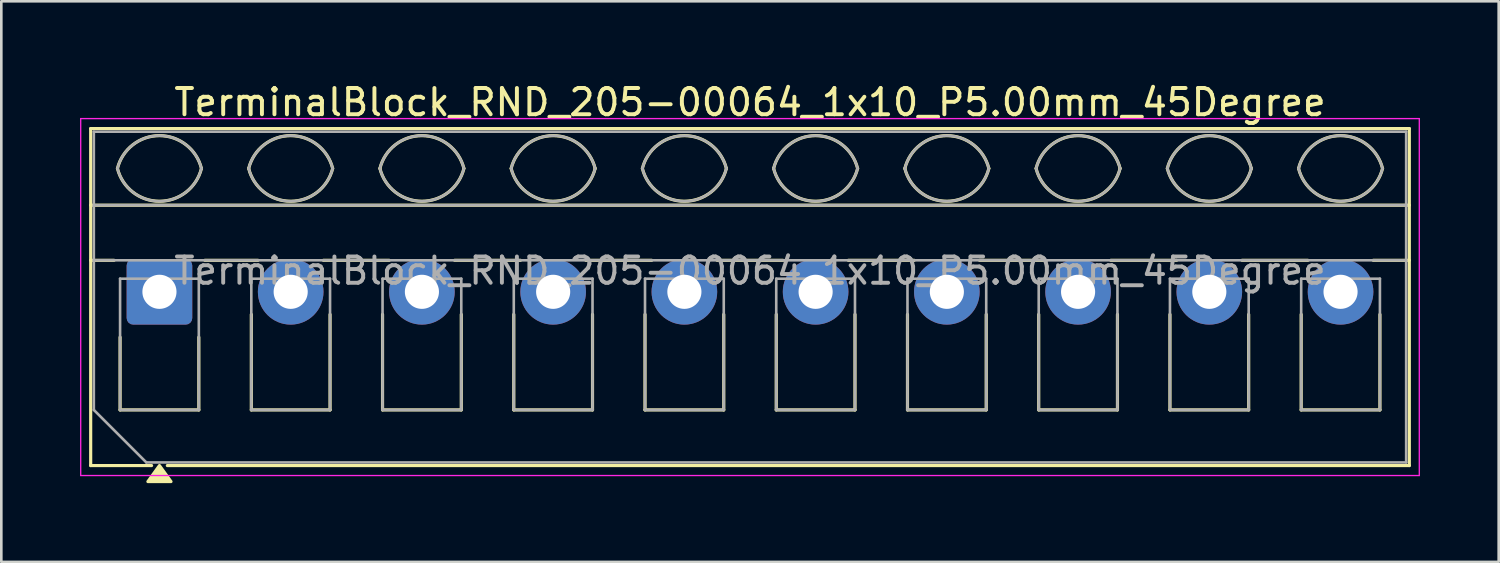
<source format=kicad_pcb>
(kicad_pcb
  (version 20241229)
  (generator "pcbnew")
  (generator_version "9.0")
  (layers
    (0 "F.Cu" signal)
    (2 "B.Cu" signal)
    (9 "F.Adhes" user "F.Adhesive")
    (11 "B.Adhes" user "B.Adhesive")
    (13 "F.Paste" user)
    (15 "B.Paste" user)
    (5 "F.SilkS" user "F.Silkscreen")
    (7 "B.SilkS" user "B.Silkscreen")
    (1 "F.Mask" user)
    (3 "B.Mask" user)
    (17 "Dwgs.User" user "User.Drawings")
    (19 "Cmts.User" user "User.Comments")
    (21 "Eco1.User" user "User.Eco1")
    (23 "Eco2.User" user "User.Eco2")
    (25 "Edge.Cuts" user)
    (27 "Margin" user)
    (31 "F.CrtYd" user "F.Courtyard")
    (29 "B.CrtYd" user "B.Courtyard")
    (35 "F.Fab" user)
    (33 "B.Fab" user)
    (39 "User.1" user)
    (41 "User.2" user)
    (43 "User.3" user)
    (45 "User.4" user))
  (footprint "TerminalBlock_RND_205-00064_1x10_P5.00mm_45Degree"
    (layer "F.Cu")
    (at 3.025 8.068)
    (property "Reference" "TerminalBlock_RND_205-00064_1x10_P5.00mm_45Degree" (at 22.5 -7.22 0) (layer "F.SilkS") (effects (font (size 1 1) (thickness 0.15))))
    (attr through_hole)
    (fp_line (start -2.62 -6.22) (end -2.62 6.62) (stroke (width 0.12) (type solid)) (layer "F.SilkS"))
    (fp_line (start -2.62 -6.22) (end 47.62 -6.22) (stroke (width 0.12) (type solid)) (layer "F.SilkS"))
    (fp_line (start -2.62 -3.3) (end 47.62 -3.3) (stroke (width 0.12) (type solid)) (layer "F.SilkS"))
    (fp_line (start -2.62 -1.2) (end -1.73 -1.2) (stroke (width 0.12) (type solid)) (layer "F.SilkS"))
    (fp_line (start -2.62 6.62) (end -0.3 6.62) (stroke (width 0.12) (type solid)) (layer "F.SilkS"))
    (fp_line (start -1.5 1.73) (end -1.5 4.5) (stroke (width 0.12) (type solid)) (layer "F.SilkS"))
    (fp_line (start -1.5 4.5) (end 1.5 4.5) (stroke (width 0.12) (type solid)) (layer "F.SilkS"))
    (fp_line (start 0.3 6.62) (end 47.62 6.62) (stroke (width 0.12) (type solid)) (layer "F.SilkS"))
    (fp_line (start 1.5 1.73) (end 1.5 4.5) (stroke (width 0.12) (type solid)) (layer "F.SilkS"))
    (fp_line (start 1.73 -1.2) (end 3.754 -1.2) (stroke (width 0.12) (type solid)) (layer "F.SilkS"))
    (fp_line (start 3.5 0.862) (end 3.5 4.5) (stroke (width 0.12) (type solid)) (layer "F.SilkS"))
    (fp_line (start 3.5 4.5) (end 6.5 4.5) (stroke (width 0.12) (type solid)) (layer "F.SilkS"))
    (fp_line (start 6.246 -1.2) (end 8.754 -1.2) (stroke (width 0.12) (type solid)) (layer "F.SilkS"))
    (fp_line (start 6.5 0.862) (end 6.5 4.5) (stroke (width 0.12) (type solid)) (layer "F.SilkS"))
    (fp_line (start 8.5 0.862) (end 8.5 4.5) (stroke (width 0.12) (type solid)) (layer "F.SilkS"))
    (fp_line (start 8.5 4.5) (end 11.5 4.5) (stroke (width 0.12) (type solid)) (layer "F.SilkS"))
    (fp_line (start 11.246 -1.2) (end 13.754 -1.2) (stroke (width 0.12) (type solid)) (layer "F.SilkS"))
    (fp_line (start 11.5 0.862) (end 11.5 4.5) (stroke (width 0.12) (type solid)) (layer "F.SilkS"))
    (fp_line (start 13.5 0.862) (end 13.5 4.5) (stroke (width 0.12) (type solid)) (layer "F.SilkS"))
    (fp_line (start 13.5 4.5) (end 16.5 4.5) (stroke (width 0.12) (type solid)) (layer "F.SilkS"))
    (fp_line (start 16.246 -1.2) (end 18.754 -1.2) (stroke (width 0.12) (type solid)) (layer "F.SilkS"))
    (fp_line (start 16.5 0.862) (end 16.5 4.5) (stroke (width 0.12) (type solid)) (layer "F.SilkS"))
    (fp_line (start 18.5 0.862) (end 18.5 4.5) (stroke (width 0.12) (type solid)) (layer "F.SilkS"))
    (fp_line (start 18.5 4.5) (end 21.5 4.5) (stroke (width 0.12) (type solid)) (layer "F.SilkS"))
    (fp_line (start 21.246 -1.2) (end 23.754 -1.2) (stroke (width 0.12) (type solid)) (layer "F.SilkS"))
    (fp_line (start 21.5 0.862) (end 21.5 4.5) (stroke (width 0.12) (type solid)) (layer "F.SilkS"))
    (fp_line (start 23.5 0.862) (end 23.5 4.5) (stroke (width 0.12) (type solid)) (layer "F.SilkS"))
    (fp_line (start 23.5 4.5) (end 26.5 4.5) (stroke (width 0.12) (type solid)) (layer "F.SilkS"))
    (fp_line (start 26.246 -1.2) (end 28.754 -1.2) (stroke (width 0.12) (type solid)) (layer "F.SilkS"))
    (fp_line (start 26.5 0.862) (end 26.5 4.5) (stroke (width 0.12) (type solid)) (layer "F.SilkS"))
    (fp_line (start 28.5 0.862) (end 28.5 4.5) (stroke (width 0.12) (type solid)) (layer "F.SilkS"))
    (fp_line (start 28.5 4.5) (end 31.5 4.5) (stroke (width 0.12) (type solid)) (layer "F.SilkS"))
    (fp_line (start 31.246 -1.2) (end 33.754 -1.2) (stroke (width 0.12) (type solid)) (layer "F.SilkS"))
    (fp_line (start 31.5 0.862) (end 31.5 4.5) (stroke (width 0.12) (type solid)) (layer "F.SilkS"))
    (fp_line (start 33.5 0.862) (end 33.5 4.5) (stroke (width 0.12) (type solid)) (layer "F.SilkS"))
    (fp_line (start 33.5 4.5) (end 36.5 4.5) (stroke (width 0.12) (type solid)) (layer "F.SilkS"))
    (fp_line (start 36.246 -1.2) (end 38.754 -1.2) (stroke (width 0.12) (type solid)) (layer "F.SilkS"))
    (fp_line (start 36.5 0.862) (end 36.5 4.5) (stroke (width 0.12) (type solid)) (layer "F.SilkS"))
    (fp_line (start 38.5 0.862) (end 38.5 4.5) (stroke (width 0.12) (type solid)) (layer "F.SilkS"))
    (fp_line (start 38.5 4.5) (end 41.5 4.5) (stroke (width 0.12) (type solid)) (layer "F.SilkS"))
    (fp_line (start 41.246 -1.2) (end 43.754 -1.2) (stroke (width 0.12) (type solid)) (layer "F.SilkS"))
    (fp_line (start 41.5 0.862) (end 41.5 4.5) (stroke (width 0.12) (type solid)) (layer "F.SilkS"))
    (fp_line (start 43.5 0.862) (end 43.5 4.5) (stroke (width 0.12) (type solid)) (layer "F.SilkS"))
    (fp_line (start 43.5 4.5) (end 46.5 4.5) (stroke (width 0.12) (type solid)) (layer "F.SilkS"))
    (fp_line (start 46.246 -1.2) (end 47.62 -1.2) (stroke (width 0.12) (type solid)) (layer "F.SilkS"))
    (fp_line (start 46.5 0.862) (end 46.5 4.5) (stroke (width 0.12) (type solid)) (layer "F.SilkS"))
    (fp_line (start 47.62 -6.22) (end 47.62 6.62) (stroke (width 0.12) (type solid)) (layer "F.SilkS"))
    (fp_arc (start -1.6 -4.7) (mid 0 -5.95) (end 1.6 -4.7) (stroke (width 0.12) (type solid)) (layer "F.SilkS"))
    (fp_arc (start 1.6 -4.7) (mid 0 -3.45) (end -1.6 -4.7) (stroke (width 0.12) (type solid)) (layer "F.SilkS"))
    (fp_arc (start 3.4 -4.7) (mid 5 -5.95) (end 6.6 -4.7) (stroke (width 0.12) (type solid)) (layer "F.SilkS"))
    (fp_arc (start 6.6 -4.7) (mid 5 -3.45) (end 3.4 -4.7) (stroke (width 0.12) (type solid)) (layer "F.SilkS"))
    (fp_arc (start 8.4 -4.7) (mid 10 -5.95) (end 11.6 -4.7) (stroke (width 0.12) (type solid)) (layer "F.SilkS"))
    (fp_arc (start 11.6 -4.7) (mid 10 -3.45) (end 8.4 -4.7) (stroke (width 0.12) (type solid)) (layer "F.SilkS"))
    (fp_arc (start 13.4 -4.7) (mid 15 -5.95) (end 16.6 -4.7) (stroke (width 0.12) (type solid)) (layer "F.SilkS"))
    (fp_arc (start 16.6 -4.7) (mid 15 -3.45) (end 13.4 -4.7) (stroke (width 0.12) (type solid)) (layer "F.SilkS"))
    (fp_arc (start 18.4 -4.7) (mid 20 -5.95) (end 21.6 -4.7) (stroke (width 0.12) (type solid)) (layer "F.SilkS"))
    (fp_arc (start 21.6 -4.7) (mid 20 -3.45) (end 18.4 -4.7) (stroke (width 0.12) (type solid)) (layer "F.SilkS"))
    (fp_arc (start 23.4 -4.7) (mid 25 -5.95) (end 26.6 -4.7) (stroke (width 0.12) (type solid)) (layer "F.SilkS"))
    (fp_arc (start 26.6 -4.7) (mid 25 -3.45) (end 23.4 -4.7) (stroke (width 0.12) (type solid)) (layer "F.SilkS"))
    (fp_arc (start 28.4 -4.7) (mid 30 -5.95) (end 31.6 -4.7) (stroke (width 0.12) (type solid)) (layer "F.SilkS"))
    (fp_arc (start 31.6 -4.7) (mid 30 -3.45) (end 28.4 -4.7) (stroke (width 0.12) (type solid)) (layer "F.SilkS"))
    (fp_arc (start 33.4 -4.7) (mid 35 -5.95) (end 36.6 -4.7) (stroke (width 0.12) (type solid)) (layer "F.SilkS"))
    (fp_arc (start 36.6 -4.7) (mid 35 -3.45) (end 33.4 -4.7) (stroke (width 0.12) (type solid)) (layer "F.SilkS"))
    (fp_arc (start 38.4 -4.7) (mid 40 -5.95) (end 41.6 -4.7) (stroke (width 0.12) (type solid)) (layer "F.SilkS"))
    (fp_arc (start 41.6 -4.7) (mid 40 -3.45) (end 38.4 -4.7) (stroke (width 0.12) (type solid)) (layer "F.SilkS"))
    (fp_arc (start 43.4 -4.7) (mid 45 -5.95) (end 46.6 -4.7) (stroke (width 0.12) (type solid)) (layer "F.SilkS"))
    (fp_arc (start 46.6 -4.7) (mid 45 -3.45) (end 43.4 -4.7) (stroke (width 0.12) (type solid)) (layer "F.SilkS"))
    (fp_poly (pts (xy 0 6.62) (xy 0.44 7.23) (xy -0.44 7.23)) (stroke (width 0.12) (type solid)) (fill yes) (layer "F.SilkS"))
    (fp_line (start -3 -6.6) (end -3 7) (stroke (width 0.05) (type solid)) (layer "F.CrtYd"))
    (fp_line (start -3 7) (end 48 7) (stroke (width 0.05) (type solid)) (layer "F.CrtYd"))
    (fp_line (start 48 -6.6) (end -3 -6.6) (stroke (width 0.05) (type solid)) (layer "F.CrtYd"))
    (fp_line (start 48 7) (end 48 -6.6) (stroke (width 0.05) (type solid)) (layer "F.CrtYd"))
    (fp_line (start -2.5 -6.1) (end 47.5 -6.1) (stroke (width 0.1) (type solid)) (layer "F.Fab"))
    (fp_line (start -2.5 -3.3) (end 47.5 -3.3) (stroke (width 0.1) (type solid)) (layer "F.Fab"))
    (fp_line (start -2.5 -1.2) (end 47.5 -1.2) (stroke (width 0.1) (type solid)) (layer "F.Fab"))
    (fp_line (start -2.5 4.5) (end -2.5 -6.1) (stroke (width 0.1) (type solid)) (layer "F.Fab"))
    (fp_line (start -1.5 -0.5) (end -1.5 4.5) (stroke (width 0.1) (type solid)) (layer "F.Fab"))
    (fp_line (start -1.5 4.5) (end 1.5 4.5) (stroke (width 0.1) (type solid)) (layer "F.Fab"))
    (fp_line (start -0.5 6.5) (end -2.5 4.5) (stroke (width 0.1) (type solid)) (layer "F.Fab"))
    (fp_line (start 1.5 -0.5) (end -1.5 -0.5) (stroke (width 0.1) (type solid)) (layer "F.Fab"))
    (fp_line (start 1.5 4.5) (end 1.5 -0.5) (stroke (width 0.1) (type solid)) (layer "F.Fab"))
    (fp_line (start 3.5 -0.5) (end 3.5 4.5) (stroke (width 0.1) (type solid)) (layer "F.Fab"))
    (fp_line (start 3.5 4.5) (end 6.5 4.5) (stroke (width 0.1) (type solid)) (layer "F.Fab"))
    (fp_line (start 6.5 -0.5) (end 3.5 -0.5) (stroke (width 0.1) (type solid)) (layer "F.Fab"))
    (fp_line (start 6.5 4.5) (end 6.5 -0.5) (stroke (width 0.1) (type solid)) (layer "F.Fab"))
    (fp_line (start 8.5 -0.5) (end 8.5 4.5) (stroke (width 0.1) (type solid)) (layer "F.Fab"))
    (fp_line (start 8.5 4.5) (end 11.5 4.5) (stroke (width 0.1) (type solid)) (layer "F.Fab"))
    (fp_line (start 11.5 -0.5) (end 8.5 -0.5) (stroke (width 0.1) (type solid)) (layer "F.Fab"))
    (fp_line (start 11.5 4.5) (end 11.5 -0.5) (stroke (width 0.1) (type solid)) (layer "F.Fab"))
    (fp_line (start 13.5 -0.5) (end 13.5 4.5) (stroke (width 0.1) (type solid)) (layer "F.Fab"))
    (fp_line (start 13.5 4.5) (end 16.5 4.5) (stroke (width 0.1) (type solid)) (layer "F.Fab"))
    (fp_line (start 16.5 -0.5) (end 13.5 -0.5) (stroke (width 0.1) (type solid)) (layer "F.Fab"))
    (fp_line (start 16.5 4.5) (end 16.5 -0.5) (stroke (width 0.1) (type solid)) (layer "F.Fab"))
    (fp_line (start 18.5 -0.5) (end 18.5 4.5) (stroke (width 0.1) (type solid)) (layer "F.Fab"))
    (fp_line (start 18.5 4.5) (end 21.5 4.5) (stroke (width 0.1) (type solid)) (layer "F.Fab"))
    (fp_line (start 21.5 -0.5) (end 18.5 -0.5) (stroke (width 0.1) (type solid)) (layer "F.Fab"))
    (fp_line (start 21.5 4.5) (end 21.5 -0.5) (stroke (width 0.1) (type solid)) (layer "F.Fab"))
    (fp_line (start 23.5 -0.5) (end 23.5 4.5) (stroke (width 0.1) (type solid)) (layer "F.Fab"))
    (fp_line (start 23.5 4.5) (end 26.5 4.5) (stroke (width 0.1) (type solid)) (layer "F.Fab"))
    (fp_line (start 26.5 -0.5) (end 23.5 -0.5) (stroke (width 0.1) (type solid)) (layer "F.Fab"))
    (fp_line (start 26.5 4.5) (end 26.5 -0.5) (stroke (width 0.1) (type solid)) (layer "F.Fab"))
    (fp_line (start 28.5 -0.5) (end 28.5 4.5) (stroke (width 0.1) (type solid)) (layer "F.Fab"))
    (fp_line (start 28.5 4.5) (end 31.5 4.5) (stroke (width 0.1) (type solid)) (layer "F.Fab"))
    (fp_line (start 31.5 -0.5) (end 28.5 -0.5) (stroke (width 0.1) (type solid)) (layer "F.Fab"))
    (fp_line (start 31.5 4.5) (end 31.5 -0.5) (stroke (width 0.1) (type solid)) (layer "F.Fab"))
    (fp_line (start 33.5 -0.5) (end 33.5 4.5) (stroke (width 0.1) (type solid)) (layer "F.Fab"))
    (fp_line (start 33.5 4.5) (end 36.5 4.5) (stroke (width 0.1) (type solid)) (layer "F.Fab"))
    (fp_line (start 36.5 -0.5) (end 33.5 -0.5) (stroke (width 0.1) (type solid)) (layer "F.Fab"))
    (fp_line (start 36.5 4.5) (end 36.5 -0.5) (stroke (width 0.1) (type solid)) (layer "F.Fab"))
    (fp_line (start 38.5 -0.5) (end 38.5 4.5) (stroke (width 0.1) (type solid)) (layer "F.Fab"))
    (fp_line (start 38.5 4.5) (end 41.5 4.5) (stroke (width 0.1) (type solid)) (layer "F.Fab"))
    (fp_line (start 41.5 -0.5) (end 38.5 -0.5) (stroke (width 0.1) (type solid)) (layer "F.Fab"))
    (fp_line (start 41.5 4.5) (end 41.5 -0.5) (stroke (width 0.1) (type solid)) (layer "F.Fab"))
    (fp_line (start 43.5 -0.5) (end 43.5 4.5) (stroke (width 0.1) (type solid)) (layer "F.Fab"))
    (fp_line (start 43.5 4.5) (end 46.5 4.5) (stroke (width 0.1) (type solid)) (layer "F.Fab"))
    (fp_line (start 46.5 -0.5) (end 43.5 -0.5) (stroke (width 0.1) (type solid)) (layer "F.Fab"))
    (fp_line (start 46.5 4.5) (end 46.5 -0.5) (stroke (width 0.1) (type solid)) (layer "F.Fab"))
    (fp_line (start 47.5 -6.1) (end 47.5 6.5) (stroke (width 0.1) (type solid)) (layer "F.Fab"))
    (fp_line (start 47.5 6.5) (end -0.5 6.5) (stroke (width 0.1) (type solid)) (layer "F.Fab"))
    (fp_arc (start -1.6 -4.7) (mid 0 -5.95) (end 1.6 -4.7) (stroke (width 0.1) (type solid)) (layer "F.Fab"))
    (fp_arc (start 1.6 -4.7) (mid 0 -3.45) (end -1.6 -4.7) (stroke (width 0.1) (type solid)) (layer "F.Fab"))
    (fp_arc (start 3.4 -4.7) (mid 5 -5.95) (end 6.6 -4.7) (stroke (width 0.1) (type solid)) (layer "F.Fab"))
    (fp_arc (start 6.6 -4.7) (mid 5 -3.45) (end 3.4 -4.7) (stroke (width 0.1) (type solid)) (layer "F.Fab"))
    (fp_arc (start 8.4 -4.7) (mid 10 -5.95) (end 11.6 -4.7) (stroke (width 0.1) (type solid)) (layer "F.Fab"))
    (fp_arc (start 11.6 -4.7) (mid 10 -3.45) (end 8.4 -4.7) (stroke (width 0.1) (type solid)) (layer "F.Fab"))
    (fp_arc (start 13.4 -4.7) (mid 15 -5.95) (end 16.6 -4.7) (stroke (width 0.1) (type solid)) (layer "F.Fab"))
    (fp_arc (start 16.6 -4.7) (mid 15 -3.45) (end 13.4 -4.7) (stroke (width 0.1) (type solid)) (layer "F.Fab"))
    (fp_arc (start 18.4 -4.7) (mid 20 -5.95) (end 21.6 -4.7) (stroke (width 0.1) (type solid)) (layer "F.Fab"))
    (fp_arc (start 21.6 -4.7) (mid 20 -3.45) (end 18.4 -4.7) (stroke (width 0.1) (type solid)) (layer "F.Fab"))
    (fp_arc (start 23.4 -4.7) (mid 25 -5.95) (end 26.6 -4.7) (stroke (width 0.1) (type solid)) (layer "F.Fab"))
    (fp_arc (start 26.6 -4.7) (mid 25 -3.45) (end 23.4 -4.7) (stroke (width 0.1) (type solid)) (layer "F.Fab"))
    (fp_arc (start 28.4 -4.7) (mid 30 -5.95) (end 31.6 -4.7) (stroke (width 0.1) (type solid)) (layer "F.Fab"))
    (fp_arc (start 31.6 -4.7) (mid 30 -3.45) (end 28.4 -4.7) (stroke (width 0.1) (type solid)) (layer "F.Fab"))
    (fp_arc (start 33.4 -4.7) (mid 35 -5.95) (end 36.6 -4.7) (stroke (width 0.1) (type solid)) (layer "F.Fab"))
    (fp_arc (start 36.6 -4.7) (mid 35 -3.45) (end 33.4 -4.7) (stroke (width 0.1) (type solid)) (layer "F.Fab"))
    (fp_arc (start 38.4 -4.7) (mid 40 -5.95) (end 41.6 -4.7) (stroke (width 0.1) (type solid)) (layer "F.Fab"))
    (fp_arc (start 41.6 -4.7) (mid 40 -3.45) (end 38.4 -4.7) (stroke (width 0.1) (type solid)) (layer "F.Fab"))
    (fp_arc (start 43.4 -4.7) (mid 45 -5.95) (end 46.6 -4.7) (stroke (width 0.1) (type solid)) (layer "F.Fab"))
    (fp_arc (start 46.6 -4.7) (mid 45 -3.45) (end 43.4 -4.7) (stroke (width 0.1) (type solid)) (layer "F.Fab"))
    (fp_text user "${REFERENCE}" (at 22.5 -0.8 0) (layer "F.Fab") (effects (font (size 1 1) (thickness 0.15))))
    (pad "1" thru_hole roundrect (at 0 0) (size 2.5 2.5) (drill 1.3) (layers "*.Cu" "*.Mask") (roundrect_rratio 0.1))
    (pad "2" thru_hole circle (at 5 0) (size 2.5 2.5) (drill 1.3) (layers "*.Cu" "*.Mask"))
    (pad "3" thru_hole circle (at 10 0) (size 2.5 2.5) (drill 1.3) (layers "*.Cu" "*.Mask"))
    (pad "4" thru_hole circle (at 15 0) (size 2.5 2.5) (drill 1.3) (layers "*.Cu" "*.Mask"))
    (pad "5" thru_hole circle (at 20 0) (size 2.5 2.5) (drill 1.3) (layers "*.Cu" "*.Mask"))
    (pad "6" thru_hole circle (at 25 0) (size 2.5 2.5) (drill 1.3) (layers "*.Cu" "*.Mask"))
    (pad "7" thru_hole circle (at 30 0) (size 2.5 2.5) (drill 1.3) (layers "*.Cu" "*.Mask"))
    (pad "8" thru_hole circle (at 35 0) (size 2.5 2.5) (drill 1.3) (layers "*.Cu" "*.Mask"))
    (pad "9" thru_hole circle (at 40 0) (size 2.5 2.5) (drill 1.3) (layers "*.Cu" "*.Mask"))
    (pad "10" thru_hole circle (at 45 0) (size 2.5 2.5) (drill 1.3) (layers "*.Cu" "*.Mask")))
  (gr_rect
    (start -3 -3)
    (end 54.05 18.358)
    (stroke (width 0.1) (type default))
    (fill no)
    (layer "Edge.Cuts")))
</source>
